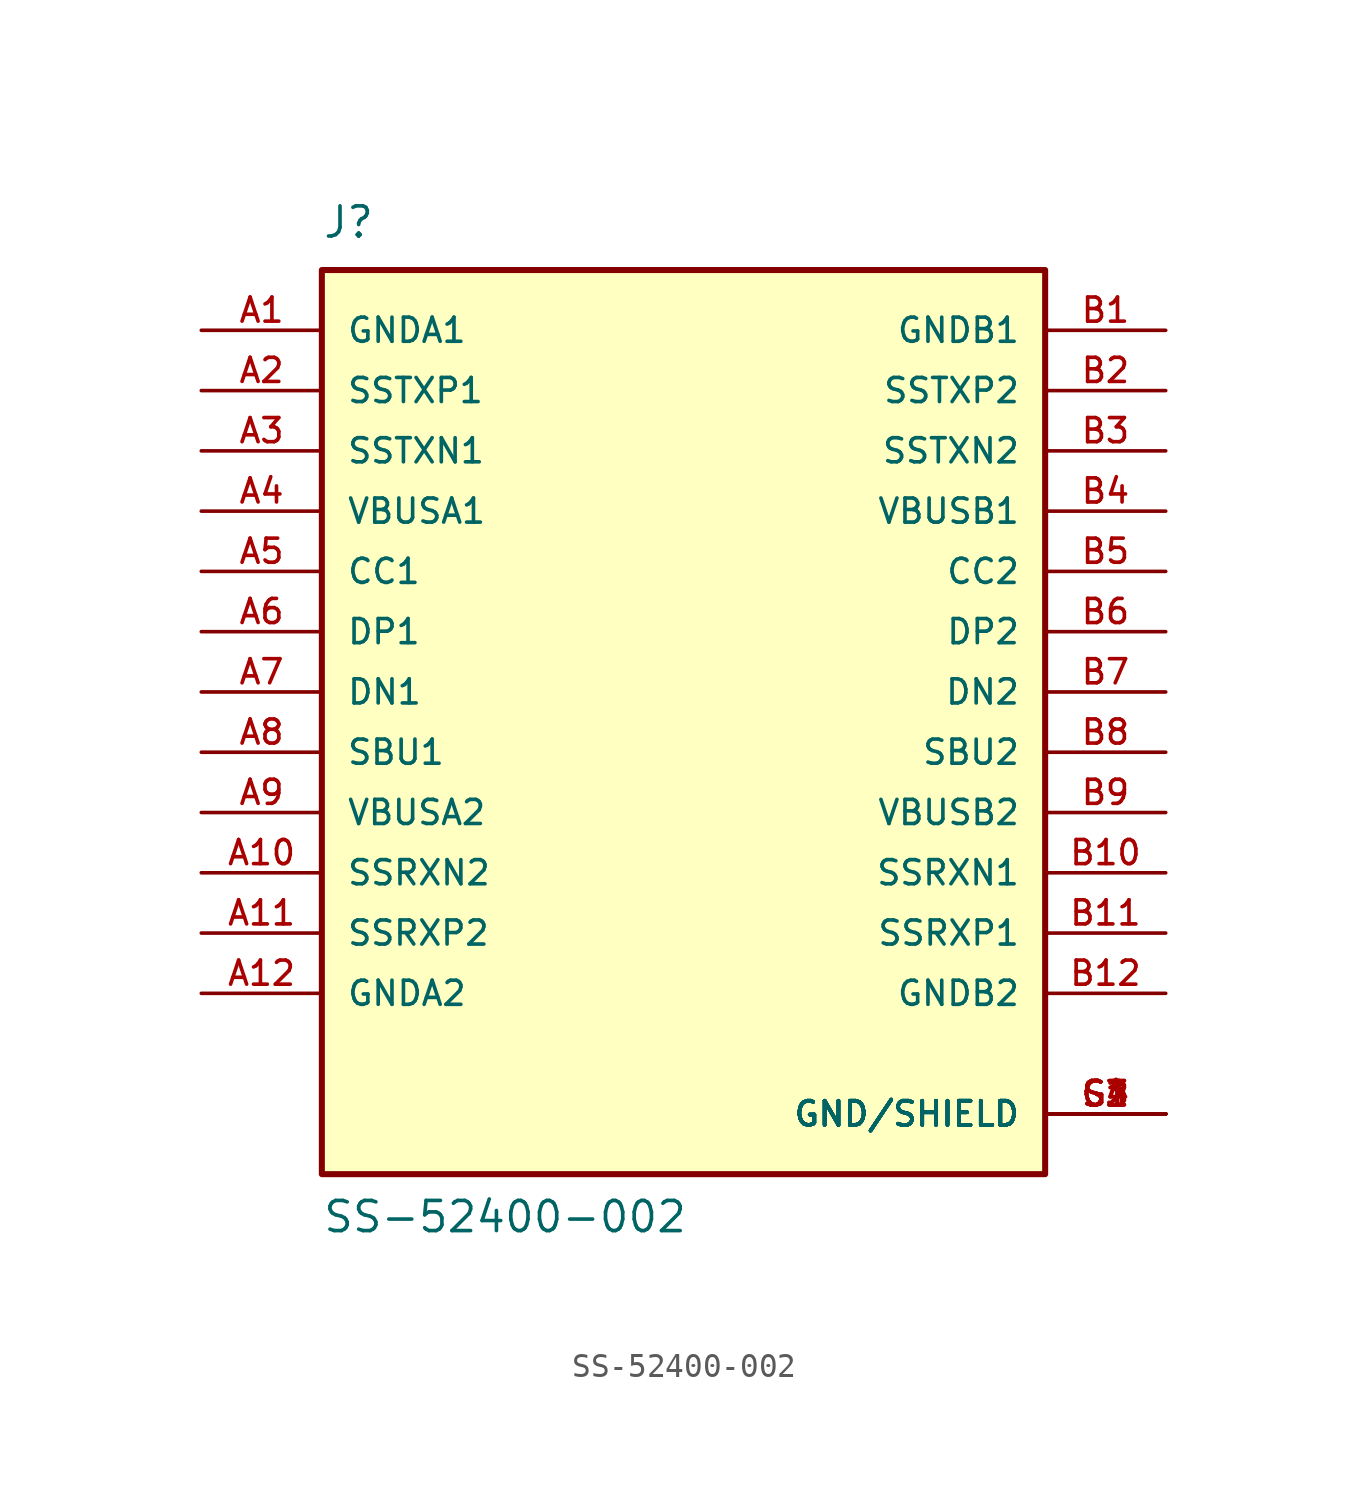
<source format=kicad_sym>
(kicad_symbol_lib
  (version 20211014)
  (generator kicad_symbol_editor)
  (symbol "SS-52400-002"
    (pin_names
      (offset 1.016))
    (property "Reference" "J"
      (at -15.24 19.05 0)
      (effects (font (size 1.27 1.27)) (justify bottom left)))
    (property "Value" "SS-52400-002"
      (at -15.24 -22.86 0)
      (effects (font (size 1.27 1.27)) (justify bottom left)))
    (symbol "SS-52400-002_0_0"
      (rectangle (start -15.24 -20.32) (end 15.24 17.78) (stroke (width 0.254)) (fill (type background)))
      (pin power_in line (at -20.32 15.24 0) (length 5.08) (name "GNDA1" (effects (font (size 1.016 1.016)))) (number "A1" (effects (font (size 1.016 1.016)))))
      (pin power_in line (at 20.32 15.24 180.0) (length 5.08) (name "GNDB1" (effects (font (size 1.016 1.016)))) (number "B1" (effects (font (size 1.016 1.016)))))
      (pin bidirectional line (at -20.32 12.7 0) (length 5.08) (name "SSTXP1" (effects (font (size 1.016 1.016)))) (number "A2" (effects (font (size 1.016 1.016)))))
      (pin bidirectional line (at -20.32 10.16 0) (length 5.08) (name "SSTXN1" (effects (font (size 1.016 1.016)))) (number "A3" (effects (font (size 1.016 1.016)))))
      (pin power_in line (at -20.32 7.62 0) (length 5.08) (name "VBUSA1" (effects (font (size 1.016 1.016)))) (number "A4" (effects (font (size 1.016 1.016)))))
      (pin bidirectional line (at -20.32 5.08 0) (length 5.08) (name "CC1" (effects (font (size 1.016 1.016)))) (number "A5" (effects (font (size 1.016 1.016)))))
      (pin bidirectional line (at -20.32 2.54 0) (length 5.08) (name "DP1" (effects (font (size 1.016 1.016)))) (number "A6" (effects (font (size 1.016 1.016)))))
      (pin bidirectional line (at -20.32 0.0 0) (length 5.08) (name "DN1" (effects (font (size 1.016 1.016)))) (number "A7" (effects (font (size 1.016 1.016)))))
      (pin bidirectional line (at -20.32 -2.54 0) (length 5.08) (name "SBU1" (effects (font (size 1.016 1.016)))) (number "A8" (effects (font (size 1.016 1.016)))))
      (pin power_in line (at -20.32 -5.08 0) (length 5.08) (name "VBUSA2" (effects (font (size 1.016 1.016)))) (number "A9" (effects (font (size 1.016 1.016)))))
      (pin bidirectional line (at -20.32 -7.62 0) (length 5.08) (name "SSRXN2" (effects (font (size 1.016 1.016)))) (number "A10" (effects (font (size 1.016 1.016)))))
      (pin bidirectional line (at -20.32 -10.16 0) (length 5.08) (name "SSRXP2" (effects (font (size 1.016 1.016)))) (number "A11" (effects (font (size 1.016 1.016)))))
      (pin power_in line (at -20.32 -12.7 0) (length 5.08) (name "GNDA2" (effects (font (size 1.016 1.016)))) (number "A12" (effects (font (size 1.016 1.016)))))
      (pin bidirectional line (at 20.32 12.7 180.0) (length 5.08) (name "SSTXP2" (effects (font (size 1.016 1.016)))) (number "B2" (effects (font (size 1.016 1.016)))))
      (pin bidirectional line (at 20.32 10.16 180.0) (length 5.08) (name "SSTXN2" (effects (font (size 1.016 1.016)))) (number "B3" (effects (font (size 1.016 1.016)))))
      (pin power_in line (at 20.32 7.62 180.0) (length 5.08) (name "VBUSB1" (effects (font (size 1.016 1.016)))) (number "B4" (effects (font (size 1.016 1.016)))))
      (pin bidirectional line (at 20.32 5.08 180.0) (length 5.08) (name "CC2" (effects (font (size 1.016 1.016)))) (number "B5" (effects (font (size 1.016 1.016)))))
      (pin bidirectional line (at 20.32 2.54 180.0) (length 5.08) (name "DP2" (effects (font (size 1.016 1.016)))) (number "B6" (effects (font (size 1.016 1.016)))))
      (pin bidirectional line (at 20.32 0.0 180.0) (length 5.08) (name "DN2" (effects (font (size 1.016 1.016)))) (number "B7" (effects (font (size 1.016 1.016)))))
      (pin bidirectional line (at 20.32 -2.54 180.0) (length 5.08) (name "SBU2" (effects (font (size 1.016 1.016)))) (number "B8" (effects (font (size 1.016 1.016)))))
      (pin power_in line (at 20.32 -5.08 180.0) (length 5.08) (name "VBUSB2" (effects (font (size 1.016 1.016)))) (number "B9" (effects (font (size 1.016 1.016)))))
      (pin bidirectional line (at 20.32 -7.62 180.0) (length 5.08) (name "SSRXN1" (effects (font (size 1.016 1.016)))) (number "B10" (effects (font (size 1.016 1.016)))))
      (pin bidirectional line (at 20.32 -10.16 180.0) (length 5.08) (name "SSRXP1" (effects (font (size 1.016 1.016)))) (number "B11" (effects (font (size 1.016 1.016)))))
      (pin power_in line (at 20.32 -12.7 180.0) (length 5.08) (name "GNDB2" (effects (font (size 1.016 1.016)))) (number "B12" (effects (font (size 1.016 1.016)))))
      (pin power_in line (at 20.32 -17.78 180.0) (length 5.08) (name "GND/SHIELD" (effects (font (size 1.016 1.016)))) (number "G1" (effects (font (size 1.016 1.016)))))
      (pin power_in line (at 20.32 -17.78 180.0) (length 5.08) (name "GND/SHIELD" (effects (font (size 1.016 1.016)))) (number "G2" (effects (font (size 1.016 1.016)))))
      (pin power_in line (at 20.32 -17.78 180.0) (length 5.08) (name "GND/SHIELD" (effects (font (size 1.016 1.016)))) (number "G3" (effects (font (size 1.016 1.016)))))
      (pin power_in line (at 20.32 -17.78 180.0) (length 5.08) (name "GND/SHIELD" (effects (font (size 1.016 1.016)))) (number "G4" (effects (font (size 1.016 1.016)))))
      (pin power_in line (at 20.32 -17.78 180.0) (length 5.08) (name "GND/SHIELD" (effects (font (size 1.016 1.016)))) (number "S1" (effects (font (size 1.016 1.016)))))
      (pin power_in line (at 20.32 -17.78 180.0) (length 5.08) (name "GND/SHIELD" (effects (font (size 1.016 1.016)))) (number "S2" (effects (font (size 1.016 1.016)))))
      (pin power_in line (at 20.32 -17.78 180.0) (length 5.08) (name "GND/SHIELD" (effects (font (size 1.016 1.016)))) (number "S3" (effects (font (size 1.016 1.016)))))
      (pin power_in line (at 20.32 -17.78 180.0) (length 5.08) (name "GND/SHIELD" (effects (font (size 1.016 1.016)))) (number "S4" (effects (font (size 1.016 1.016))))))))
</source>
